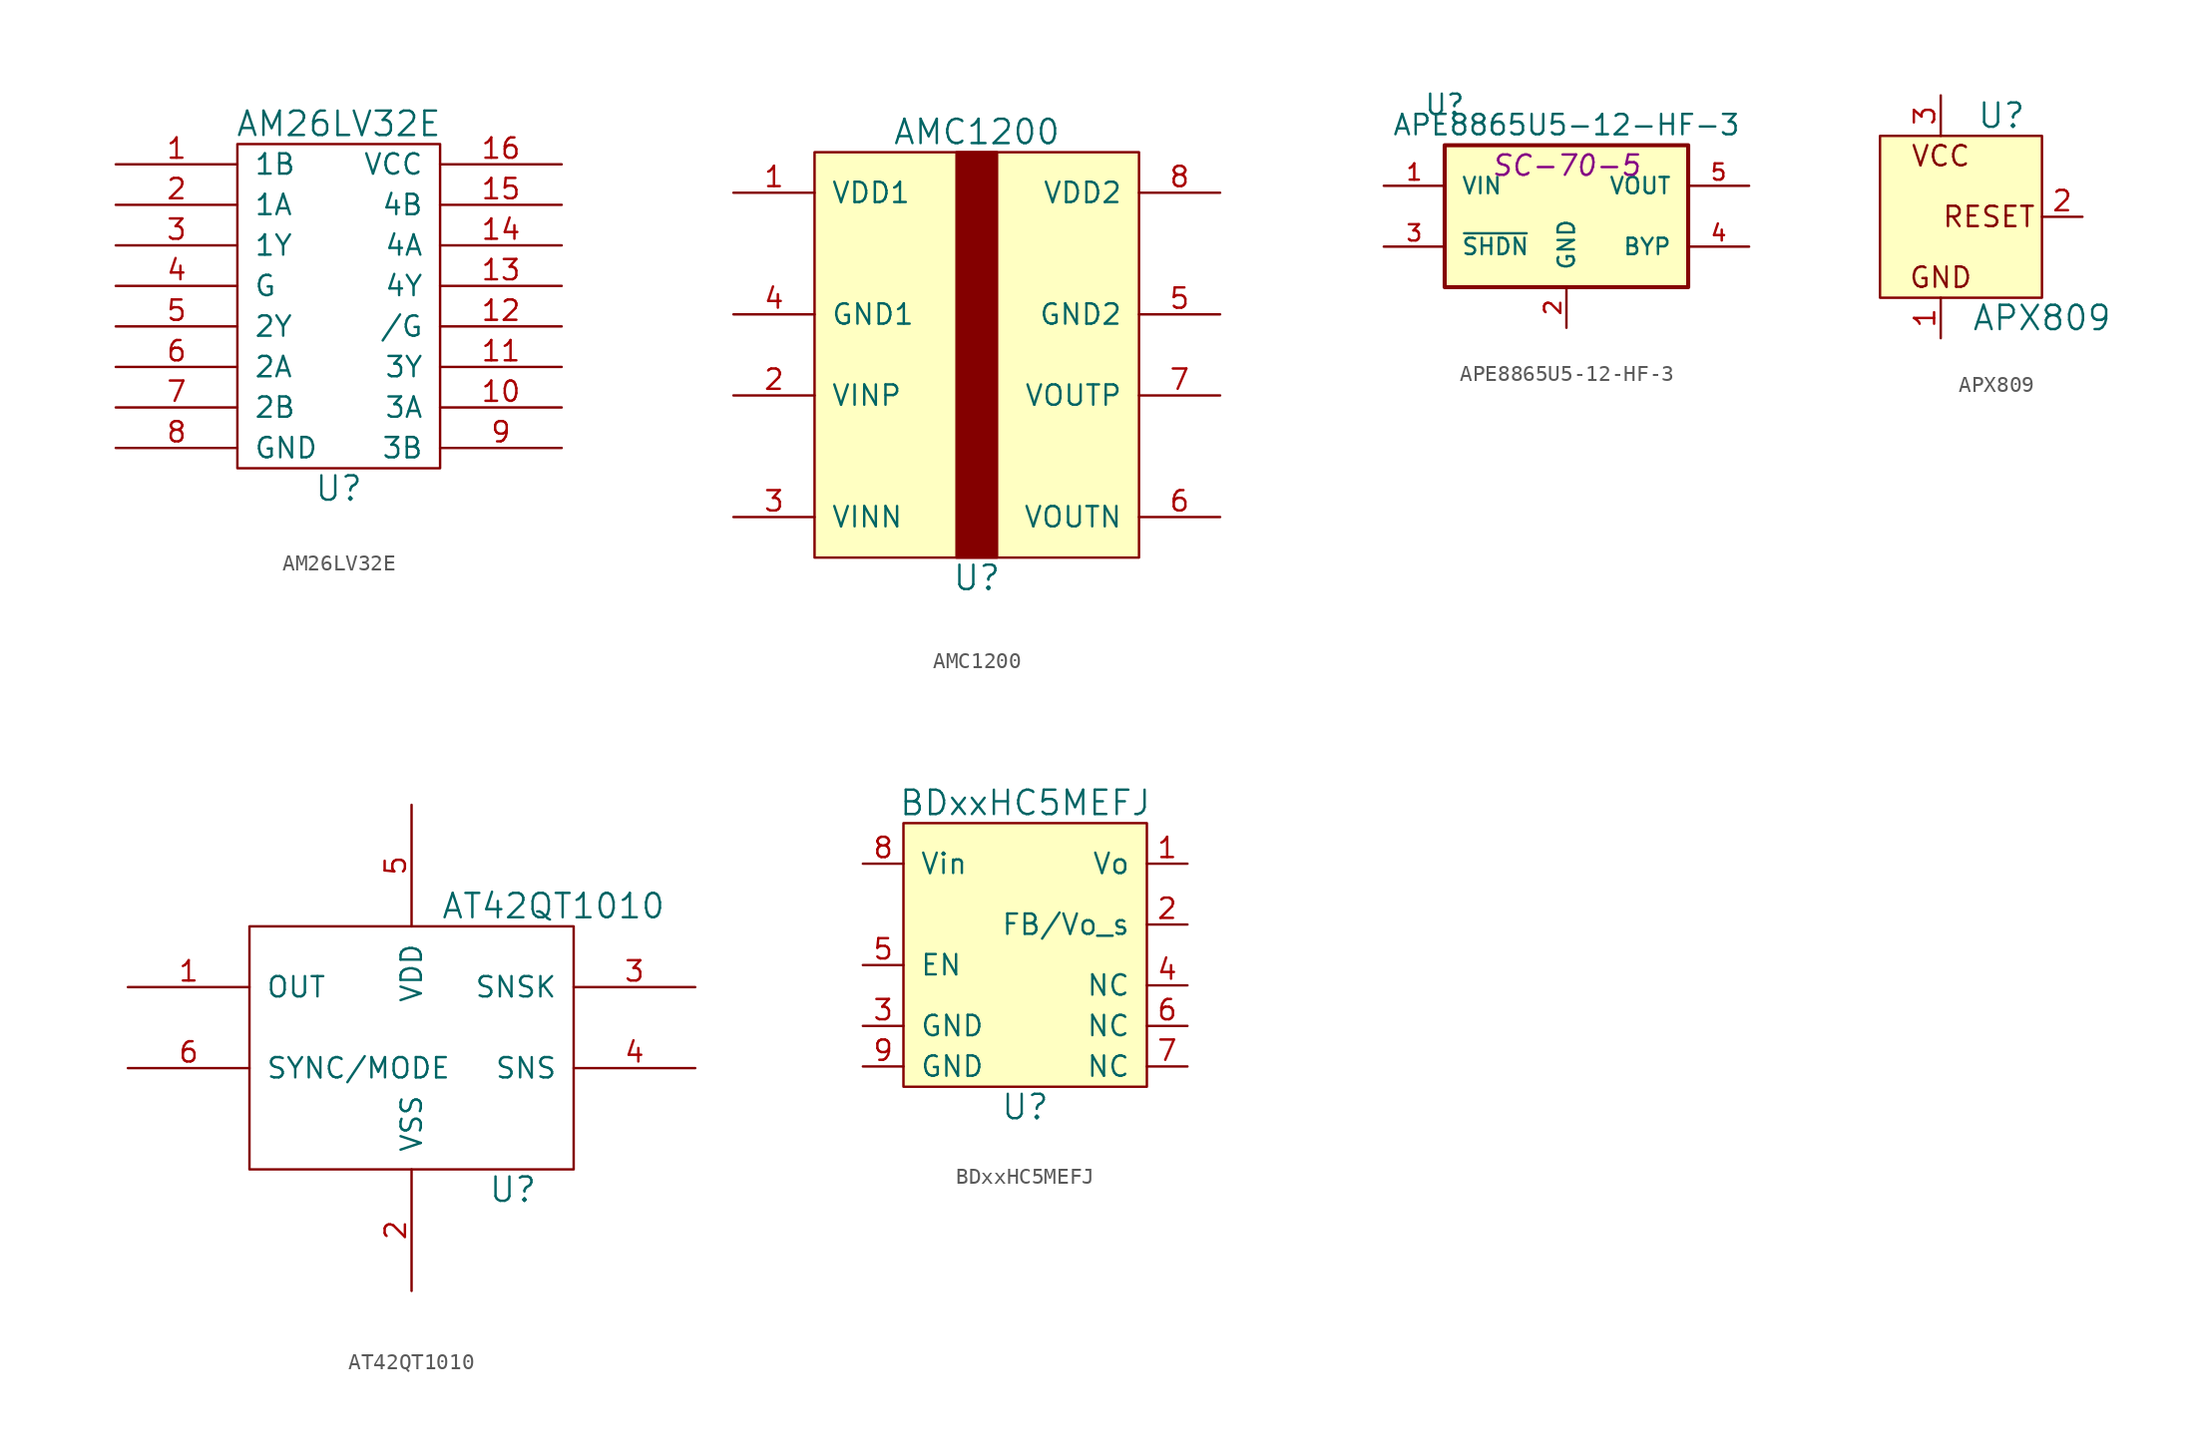
<source format=kicad_sym>
(kicad_symbol_lib
  (version 20211014)
  (generator kicad_symbol_editor)
  (symbol "AM26LV32E"
    (pin_names
      (offset 1.016))
    (property "Reference" "U"
      (at 0 -11.43 0)
      (effects (font (size 1.524 1.524))))
    (property "Value" "AM26LV32E"
      (at 0 11.43 0)
      (effects (font (size 1.524 1.524))))
    (property "Datasheet" ""
      (at 0 0 0)
      (effects (font (size 1.524 1.524))))
    (symbol "AM26LV32E_0_1"
      (rectangle (start -6.35 10.16) (end 6.35 -10.16) (stroke (width 0) (type default) (color 0 0 0 0)) (fill (type none))))
    (symbol "AM26LV32E_1_1"
      (pin bidirectional line (at -13.97 8.89 0) (length 7.62) (name "1B" (effects (font (size 1.27 1.27)))) (number "1" (effects (font (size 1.27 1.27)))))
      (pin bidirectional line (at 13.97 -6.35 180) (length 7.62) (name "3A" (effects (font (size 1.27 1.27)))) (number "10" (effects (font (size 1.27 1.27)))))
      (pin bidirectional line (at 13.97 -3.81 180) (length 7.62) (name "3Y" (effects (font (size 1.27 1.27)))) (number "11" (effects (font (size 1.27 1.27)))))
      (pin bidirectional line (at 13.97 -1.27 180) (length 7.62) (name "/G" (effects (font (size 1.27 1.27)))) (number "12" (effects (font (size 1.27 1.27)))))
      (pin bidirectional line (at 13.97 1.27 180) (length 7.62) (name "4Y" (effects (font (size 1.27 1.27)))) (number "13" (effects (font (size 1.27 1.27)))))
      (pin bidirectional line (at 13.97 3.81 180) (length 7.62) (name "4A" (effects (font (size 1.27 1.27)))) (number "14" (effects (font (size 1.27 1.27)))))
      (pin bidirectional line (at 13.97 6.35 180) (length 7.62) (name "4B" (effects (font (size 1.27 1.27)))) (number "15" (effects (font (size 1.27 1.27)))))
      (pin input line (at 13.97 8.89 180) (length 7.62) (name "VCC" (effects (font (size 1.27 1.27)))) (number "16" (effects (font (size 1.27 1.27)))))
      (pin bidirectional line (at -13.97 6.35 0) (length 7.62) (name "1A" (effects (font (size 1.27 1.27)))) (number "2" (effects (font (size 1.27 1.27)))))
      (pin bidirectional line (at -13.97 3.81 0) (length 7.62) (name "1Y" (effects (font (size 1.27 1.27)))) (number "3" (effects (font (size 1.27 1.27)))))
      (pin bidirectional line (at -13.97 1.27 0) (length 7.62) (name "G" (effects (font (size 1.27 1.27)))) (number "4" (effects (font (size 1.27 1.27)))))
      (pin bidirectional line (at -13.97 -1.27 0) (length 7.62) (name "2Y" (effects (font (size 1.27 1.27)))) (number "5" (effects (font (size 1.27 1.27)))))
      (pin bidirectional line (at -13.97 -3.81 0) (length 7.62) (name "2A" (effects (font (size 1.27 1.27)))) (number "6" (effects (font (size 1.27 1.27)))))
      (pin bidirectional line (at -13.97 -6.35 0) (length 7.62) (name "2B" (effects (font (size 1.27 1.27)))) (number "7" (effects (font (size 1.27 1.27)))))
      (pin input line (at -13.97 -8.89 0) (length 7.62) (name "GND" (effects (font (size 1.27 1.27)))) (number "8" (effects (font (size 1.27 1.27)))))
      (pin bidirectional line (at 13.97 -8.89 180) (length 7.62) (name "3B" (effects (font (size 1.27 1.27)))) (number "9" (effects (font (size 1.27 1.27)))))))
  (symbol "AMC1200"
    (pin_names
      (offset 1.016))
    (property "Reference" "U"
      (at 0 -13.97 0)
      (effects (font (size 1.524 1.524))))
    (property "Value" "AMC1200"
      (at 0 13.97 0)
      (effects (font (size 1.524 1.524))))
    (symbol "AMC1200_0_1"
      (rectangle (start -10.16 12.7) (end 10.16 -12.7) (stroke (width 0) (type default) (color 0 0 0 0)) (fill (type background)))
      (rectangle (start -1.27 12.7) (end 1.27 -12.7) (stroke (width 0) (type default) (color 0 0 0 0)) (fill (type outline))))
    (symbol "AMC1200_1_1"
      (pin input line (at -15.24 10.16 0) (length 5.08) (name "VDD1" (effects (font (size 1.27 1.27)))) (number "1" (effects (font (size 1.27 1.27)))))
      (pin input line (at -15.24 -2.54 0) (length 5.08) (name "VINP" (effects (font (size 1.27 1.27)))) (number "2" (effects (font (size 1.27 1.27)))))
      (pin input line (at -15.24 -10.16 0) (length 5.08) (name "VINN" (effects (font (size 1.27 1.27)))) (number "3" (effects (font (size 1.27 1.27)))))
      (pin input line (at -15.24 2.54 0) (length 5.08) (name "GND1" (effects (font (size 1.27 1.27)))) (number "4" (effects (font (size 1.27 1.27)))))
      (pin input line (at 15.24 2.54 180) (length 5.08) (name "GND2" (effects (font (size 1.27 1.27)))) (number "5" (effects (font (size 1.27 1.27)))))
      (pin output line (at 15.24 -10.16 180) (length 5.08) (name "VOUTN" (effects (font (size 1.27 1.27)))) (number "6" (effects (font (size 1.27 1.27)))))
      (pin output line (at 15.24 -2.54 180) (length 5.08) (name "VOUTP" (effects (font (size 1.27 1.27)))) (number "7" (effects (font (size 1.27 1.27)))))
      (pin input line (at 15.24 10.16 180) (length 5.08) (name "VDD2" (effects (font (size 1.27 1.27)))) (number "8" (effects (font (size 1.27 1.27)))))))
  (symbol "APE8865U5-12-HF-3"
    (pin_names
      (offset 1.016))
    (property "Reference" "U"
      (at -7.62 6.35 0)
      (effects (font (size 1.27 1.27))))
    (property "Value" "APE8865U5-12-HF-3"
      (at 0 5.08 0)
      (effects (font (size 1.27 1.27))))
    (property "Footprint" "SC-70-5"
      (at 0 2.54 0)
      (effects (font (size 1.27 1.27) italic)))
    (property "Datasheet" ""
      (at 0 0 0)
      (effects (font (size 1.27 1.27))))
    (symbol "APE8865U5-12-HF-3_0_1"
      (rectangle (start -7.62 3.81) (end 7.62 -5.08) (stroke (width 0.254) (type default) (color 0 0 0 0)) (fill (type background))))
    (symbol "APE8865U5-12-HF-3_1_1"
      (pin input line (at -11.43 1.27 0) (length 3.81) (name "VIN" (effects (font (size 1.016 1.016)))) (number "1" (effects (font (size 1.016 1.016)))))
      (pin power_in line (at 0 -7.62 90) (length 2.54) (name "GND" (effects (font (size 1.016 1.016)))) (number "2" (effects (font (size 1.016 1.016)))))
      (pin input line (at -11.43 -2.54 0) (length 3.81) (name "~{SHDN}" (effects (font (size 1.016 1.016)))) (number "3" (effects (font (size 1.016 1.016)))))
      (pin input line (at 11.43 -2.54 180) (length 3.81) (name "BYP" (effects (font (size 1.016 1.016)))) (number "4" (effects (font (size 1.016 1.016)))))
      (pin power_out line (at 11.43 1.27 180) (length 3.81) (name "VOUT" (effects (font (size 1.016 1.016)))) (number "5" (effects (font (size 1.016 1.016)))))))
  (symbol "APX809"
    (pin_names
      (offset 1.016))
    (property "Reference" "U"
      (at 3.81 6.35 0)
      (effects (font (size 1.524 1.524))))
    (property "Value" "APX809"
      (at 6.35 -6.35 0)
      (effects (font (size 1.524 1.524))))
    (symbol "APX809_0_0"
      (rectangle (start -3.81 5.08) (end 6.35 -5.08) (stroke (width 0) (type default) (color 0 0 0 0)) (fill (type background)))
      (text " RESET" (at 2.54 0 0) (effects (font (size 1.27 1.27))))
      (text "GND" (at 0 -3.81 0) (effects (font (size 1.27 1.27))))
      (text "VCC" (at 0 3.81 0) (effects (font (size 1.27 1.27)))))
    (symbol "APX809_1_1"
      (pin power_in line (at 0 -7.62 90) (length 2.54) (name "~" (effects (font (size 1.27 1.27)))) (number "1" (effects (font (size 1.27 1.27)))))
      (pin output line (at 8.89 0 180) (length 2.54) (name "~" (effects (font (size 1.27 1.27)))) (number "2" (effects (font (size 1.27 1.27)))))
      (pin power_in line (at 0 7.62 270) (length 2.54) (name "~" (effects (font (size 1.27 1.27)))) (number "3" (effects (font (size 1.27 1.27)))))))
  (symbol "AT42QT1010"
    (pin_names
      (offset 1.016))
    (property "Reference" "U"
      (at 6.35 -10.16 0)
      (effects (font (size 1.524 1.524))))
    (property "Value" "AT42QT1010"
      (at 8.89 7.62 0)
      (effects (font (size 1.524 1.524))))
    (property "Datasheet" ""
      (at 0 0 0)
      (effects (font (size 1.524 1.524))))
    (symbol "AT42QT1010_0_1"
      (rectangle (start -10.16 6.35) (end 10.16 -8.89) (stroke (width 0) (type default) (color 0 0 0 0)) (fill (type none))))
    (symbol "AT42QT1010_1_1"
      (pin input line (at -17.78 2.54 0) (length 7.62) (name "OUT" (effects (font (size 1.27 1.27)))) (number "1" (effects (font (size 1.27 1.27)))))
      (pin input line (at 0 -16.51 90) (length 7.62) (name "VSS" (effects (font (size 1.27 1.27)))) (number "2" (effects (font (size 1.27 1.27)))))
      (pin input line (at 17.78 2.54 180) (length 7.62) (name "SNSK" (effects (font (size 1.27 1.27)))) (number "3" (effects (font (size 1.27 1.27)))))
      (pin input line (at 17.78 -2.54 180) (length 7.62) (name "SNS" (effects (font (size 1.27 1.27)))) (number "4" (effects (font (size 1.27 1.27)))))
      (pin input line (at 0 13.97 270) (length 7.62) (name "VDD" (effects (font (size 1.27 1.27)))) (number "5" (effects (font (size 1.27 1.27)))))
      (pin input line (at -17.78 -2.54 0) (length 7.62) (name "SYNC/MODE" (effects (font (size 1.27 1.27)))) (number "6" (effects (font (size 1.27 1.27)))))))
  (symbol "BDxxHC5MEFJ"
    (pin_names
      (offset 1.016))
    (property "Reference" "U"
      (at 0 -8.89 0)
      (effects (font (size 1.524 1.524))))
    (property "Value" "BDxxHC5MEFJ"
      (at 0 10.16 0)
      (effects (font (size 1.524 1.524))))
    (symbol "BDxxHC5MEFJ_0_1"
      (rectangle (start -7.62 8.89) (end 7.62 -7.62) (stroke (width 0) (type default) (color 0 0 0 0)) (fill (type background))))
    (symbol "BDxxHC5MEFJ_1_1"
      (pin power_out line (at 10.16 6.35 180) (length 2.54) (name "Vo" (effects (font (size 1.27 1.27)))) (number "1" (effects (font (size 1.27 1.27)))))
      (pin input line (at 10.16 2.54 180) (length 2.54) (name "FB/Vo_s" (effects (font (size 1.27 1.27)))) (number "2" (effects (font (size 1.27 1.27)))))
      (pin power_in line (at -10.16 -3.81 0) (length 2.54) (name "GND" (effects (font (size 1.27 1.27)))) (number "3" (effects (font (size 1.27 1.27)))))
      (pin input line (at 10.16 -1.27 180) (length 2.54) (name "NC" (effects (font (size 1.27 1.27)))) (number "4" (effects (font (size 1.27 1.27)))))
      (pin input line (at -10.16 0 0) (length 2.54) (name "EN" (effects (font (size 1.27 1.27)))) (number "5" (effects (font (size 1.27 1.27)))))
      (pin input line (at 10.16 -3.81 180) (length 2.54) (name "NC" (effects (font (size 1.27 1.27)))) (number "6" (effects (font (size 1.27 1.27)))))
      (pin input line (at 10.16 -6.35 180) (length 2.54) (name "NC" (effects (font (size 1.27 1.27)))) (number "7" (effects (font (size 1.27 1.27)))))
      (pin input line (at -10.16 6.35 0) (length 2.54) (name "Vin" (effects (font (size 1.27 1.27)))) (number "8" (effects (font (size 1.27 1.27)))))
      (pin power_in line (at -10.16 -6.35 0) (length 2.54) (name "GND" (effects (font (size 1.27 1.27)))) (number "9" (effects (font (size 1.27 1.27))))))))
</source>
